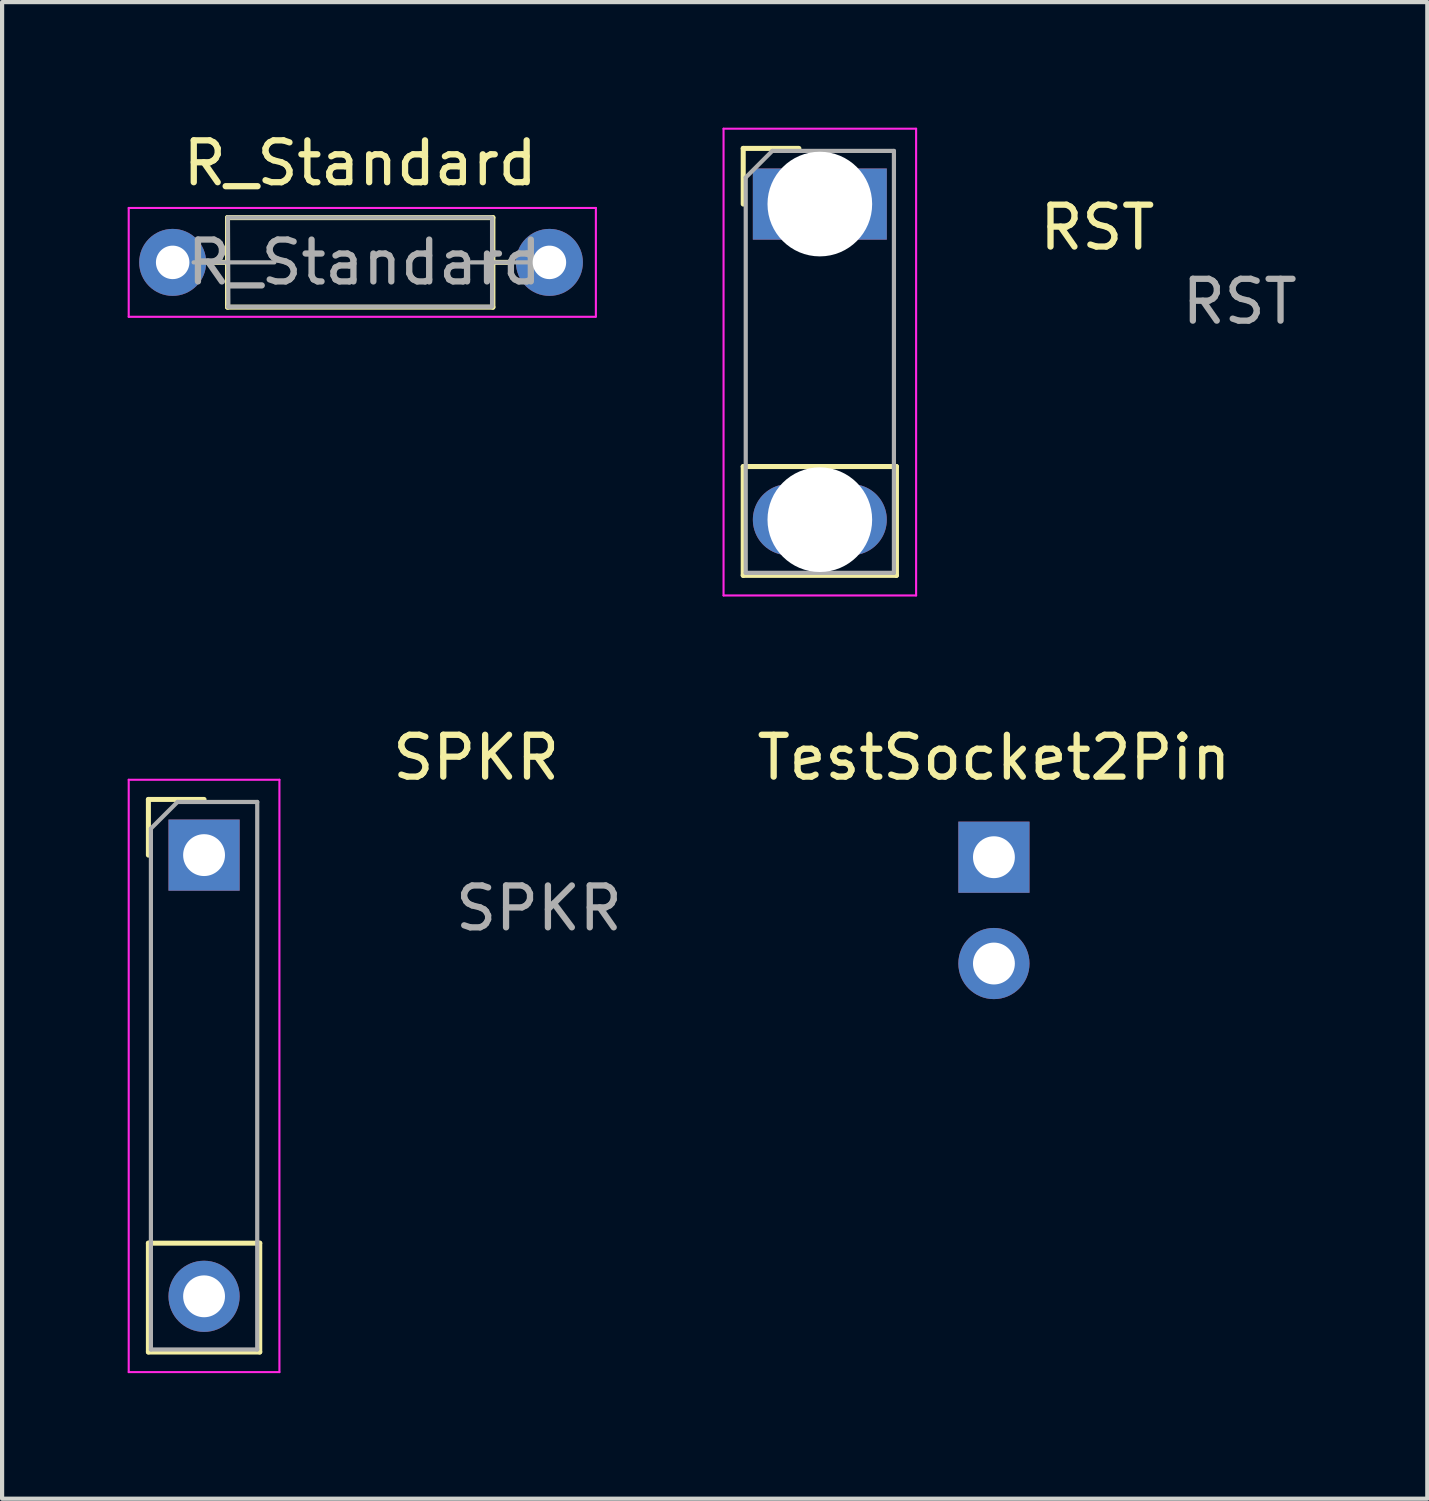
<source format=kicad_pcb>
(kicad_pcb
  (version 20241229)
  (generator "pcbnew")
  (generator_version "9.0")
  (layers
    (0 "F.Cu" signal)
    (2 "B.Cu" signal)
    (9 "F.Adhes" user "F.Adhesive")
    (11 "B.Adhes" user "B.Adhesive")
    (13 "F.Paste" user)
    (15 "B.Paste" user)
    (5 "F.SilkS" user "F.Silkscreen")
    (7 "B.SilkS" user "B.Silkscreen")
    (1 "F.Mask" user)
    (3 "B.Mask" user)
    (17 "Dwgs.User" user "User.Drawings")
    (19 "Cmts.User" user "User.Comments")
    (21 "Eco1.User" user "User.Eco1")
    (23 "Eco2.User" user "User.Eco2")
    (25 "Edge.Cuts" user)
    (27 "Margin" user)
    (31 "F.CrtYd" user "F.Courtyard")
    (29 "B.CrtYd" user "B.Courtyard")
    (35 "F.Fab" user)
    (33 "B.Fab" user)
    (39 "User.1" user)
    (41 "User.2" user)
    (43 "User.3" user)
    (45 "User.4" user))
  (footprint "TestSocket2Pin"
    (layer "F.Cu")
    (at 20.694 17.428)
    (property "Reference" "TestSocket2Pin" (at 0 -2.38 0) (layer "F.SilkS") (effects (font (size 1 1) (thickness 0.15))))
    (attr through_hole)
    (pad "1" thru_hole rect (at 0 0) (size 1.7 1.7) (drill 1) (layers "*.Cu" "*.Mask"))
    (pad "2" thru_hole circle (at 0 2.54) (size 1.7 1.7) (drill 1) (layers "*.Cu" "*.Mask")))
  (footprint "RST"
    (layer "F.Cu")
    (at 16.535 1.825)
    (property "Reference" "RST" (at 6.63 0.56 0) (layer "F.SilkS") (effects (font (size 1 1) (thickness 0.15))))
    (attr through_hole)
    (fp_line (start -1.83 -1.33) (end -0.5 -1.33) (stroke (width 0.12) (type solid)) (layer "F.SilkS"))
    (fp_line (start -1.83 0) (end -1.83 -1.33) (stroke (width 0.12) (type solid)) (layer "F.SilkS"))
    (fp_line (start -1.83 6.27) (end -1.83 8.87) (stroke (width 0.12) (type solid)) (layer "F.SilkS"))
    (fp_line (start -1.83 6.27) (end 1.83 6.27) (stroke (width 0.12) (type solid)) (layer "F.SilkS"))
    (fp_line (start -1.83 8.87) (end 1.83 8.87) (stroke (width 0.12) (type solid)) (layer "F.SilkS"))
    (fp_line (start 1.83 6.27) (end 1.83 8.87) (stroke (width 0.12) (type solid)) (layer "F.SilkS"))
    (fp_line (start -2.3 -1.8) (end -2.3 9.35) (stroke (width 0.05) (type solid)) (layer "F.CrtYd"))
    (fp_line (start -2.3 9.35) (end 2.3 9.35) (stroke (width 0.05) (type solid)) (layer "F.CrtYd"))
    (fp_line (start 2.3 -1.8) (end -2.3 -1.8) (stroke (width 0.05) (type solid)) (layer "F.CrtYd"))
    (fp_line (start 2.3 9.35) (end 2.3 -1.8) (stroke (width 0.05) (type solid)) (layer "F.CrtYd"))
    (fp_line (start -1.77 -0.635) (end -1.135 -1.27) (stroke (width 0.1) (type solid)) (layer "F.Fab"))
    (fp_line (start -1.77 8.81) (end -1.77 -0.635) (stroke (width 0.1) (type solid)) (layer "F.Fab"))
    (fp_line (start -1.135 -1.27) (end 1.77 -1.27) (stroke (width 0.1) (type solid)) (layer "F.Fab"))
    (fp_line (start 1.77 -1.27) (end 1.77 8.81) (stroke (width 0.1) (type solid)) (layer "F.Fab"))
    (fp_line (start 1.77 8.81) (end -1.77 8.81) (stroke (width 0.1) (type solid)) (layer "F.Fab"))
    (fp_text user "${REFERENCE}" (at 10.03 2.33 180) (layer "F.Fab") (effects (font (size 1 1) (thickness 0.15))))
    (pad "1" thru_hole rect (at 0 0) (size 3.2 1.7) (drill 2.5 1) (layers "*.Cu" "*.Mask"))
    (pad "2" thru_hole oval (at 0 7.54) (size 3.2 1.7) (drill 2.5 1) (layers "*.Cu" "*.Mask")))
  (footprint "SPKR"
    (layer "F.Cu")
    (at 1.825 17.378)
    (property "Reference" "SPKR" (at 6.5 -2.33 0) (layer "F.SilkS") (effects (font (size 1 1) (thickness 0.15))))
    (attr through_hole)
    (fp_line (start -1.33 -1.33) (end 0 -1.33) (stroke (width 0.12) (type solid)) (layer "F.SilkS"))
    (fp_line (start -1.33 0) (end -1.33 -1.33) (stroke (width 0.12) (type solid)) (layer "F.SilkS"))
    (fp_line (start -1.33 9.27) (end -1.33 11.87) (stroke (width 0.12) (type solid)) (layer "F.SilkS"))
    (fp_line (start -1.33 9.27) (end 1.33 9.27) (stroke (width 0.12) (type solid)) (layer "F.SilkS"))
    (fp_line (start -1.33 11.87) (end 1.33 11.87) (stroke (width 0.12) (type solid)) (layer "F.SilkS"))
    (fp_line (start 1.33 9.27) (end 1.33 11.87) (stroke (width 0.12) (type solid)) (layer "F.SilkS"))
    (fp_line (start -1.8 -1.8) (end -1.8 12.35) (stroke (width 0.05) (type solid)) (layer "F.CrtYd"))
    (fp_line (start -1.8 12.35) (end 1.8 12.35) (stroke (width 0.05) (type solid)) (layer "F.CrtYd"))
    (fp_line (start 1.8 -1.8) (end -1.8 -1.8) (stroke (width 0.05) (type solid)) (layer "F.CrtYd"))
    (fp_line (start 1.8 12.35) (end 1.8 -1.8) (stroke (width 0.05) (type solid)) (layer "F.CrtYd"))
    (fp_line (start -1.27 -0.635) (end -0.635 -1.27) (stroke (width 0.1) (type solid)) (layer "F.Fab"))
    (fp_line (start -1.27 11.81) (end -1.27 -0.635) (stroke (width 0.1) (type solid)) (layer "F.Fab"))
    (fp_line (start -0.635 -1.27) (end 1.27 -1.27) (stroke (width 0.1) (type solid)) (layer "F.Fab"))
    (fp_line (start 1.27 -1.27) (end 1.27 11.81) (stroke (width 0.1) (type solid)) (layer "F.Fab"))
    (fp_line (start 1.27 11.81) (end -1.27 11.81) (stroke (width 0.1) (type solid)) (layer "F.Fab"))
    (fp_text user "${REFERENCE}" (at 8 1.27 180) (layer "F.Fab") (effects (font (size 1 1) (thickness 0.15))))
    (pad "1" thru_hole rect (at 0 0) (size 1.7 1.7) (drill 1) (layers "*.Cu" "*.Mask"))
    (pad "2" thru_hole oval (at 0 10.54) (size 1.7 1.7) (drill 1) (layers "*.Cu" "*.Mask")))
  (footprint "R_Standard"
    (layer "F.Cu")
    (at 1.075 3.218)
    (property "Reference" "R_Standard" (at 4.48 -2.37 0) (layer "F.SilkS") (effects (font (size 1 1) (thickness 0.15))))
    (attr through_hole)
    (fp_line (start 0.9 0) (end 1.31 0) (stroke (width 0.12) (type solid)) (layer "F.SilkS"))
    (fp_line (start 1.31 -1.07) (end 1.31 1.07) (stroke (width 0.12) (type solid)) (layer "F.SilkS"))
    (fp_line (start 1.31 1.07) (end 7.65 1.07) (stroke (width 0.12) (type solid)) (layer "F.SilkS"))
    (fp_line (start 7.65 -1.07) (end 1.31 -1.07) (stroke (width 0.12) (type solid)) (layer "F.SilkS"))
    (fp_line (start 7.65 1.07) (end 7.65 -1.07) (stroke (width 0.12) (type solid)) (layer "F.SilkS"))
    (fp_line (start 8.1 0) (end 7.65 0) (stroke (width 0.12) (type solid)) (layer "F.SilkS"))
    (fp_line (start -1.05 -1.3) (end -1.05 1.3) (stroke (width 0.05) (type solid)) (layer "F.CrtYd"))
    (fp_line (start -1.05 1.3) (end 10.1 1.3) (stroke (width 0.05) (type solid)) (layer "F.CrtYd"))
    (fp_line (start 10.11 -1.3) (end -1.05 -1.3) (stroke (width 0.05) (type solid)) (layer "F.CrtYd"))
    (fp_line (start 10.11 1.3) (end 10.11 -1.3) (stroke (width 0.05) (type solid)) (layer "F.CrtYd"))
    (fp_line (start 0.5 0) (end 2.43 0) (stroke (width 0.1) (type solid)) (layer "F.Fab"))
    (fp_line (start 1.32 -1.07) (end 1.33 1.06) (stroke (width 0.1) (type solid)) (layer "F.Fab"))
    (fp_line (start 1.32 1.06) (end 7.62 1.06) (stroke (width 0.1) (type solid)) (layer "F.Fab"))
    (fp_line (start 7.62 -1.07) (end 1.32 -1.07) (stroke (width 0.1) (type solid)) (layer "F.Fab"))
    (fp_line (start 7.63 1.05) (end 7.63 -1.06) (stroke (width 0.1) (type solid)) (layer "F.Fab"))
    (fp_line (start 9.06 0) (end 7.13 0) (stroke (width 0.1) (type solid)) (layer "F.Fab"))
    (fp_text user "${REFERENCE}" (at 4.58 0 0) (layer "F.Fab") (effects (font (size 1 1) (thickness 0.15))))
    (pad "1" thru_hole circle (at 0 0) (size 1.6 1.6) (drill 0.8) (layers "*.Cu" "*.Mask"))
    (pad "2" thru_hole oval (at 9 0) (size 1.6 1.6) (drill 0.8) (layers "*.Cu" "*.Mask")))
  (gr_rect
    (start -3 -3)
    (end 31.047 32.753)
    (stroke (width 0.1) (type default))
    (fill no)
    (layer "Edge.Cuts")))
</source>
